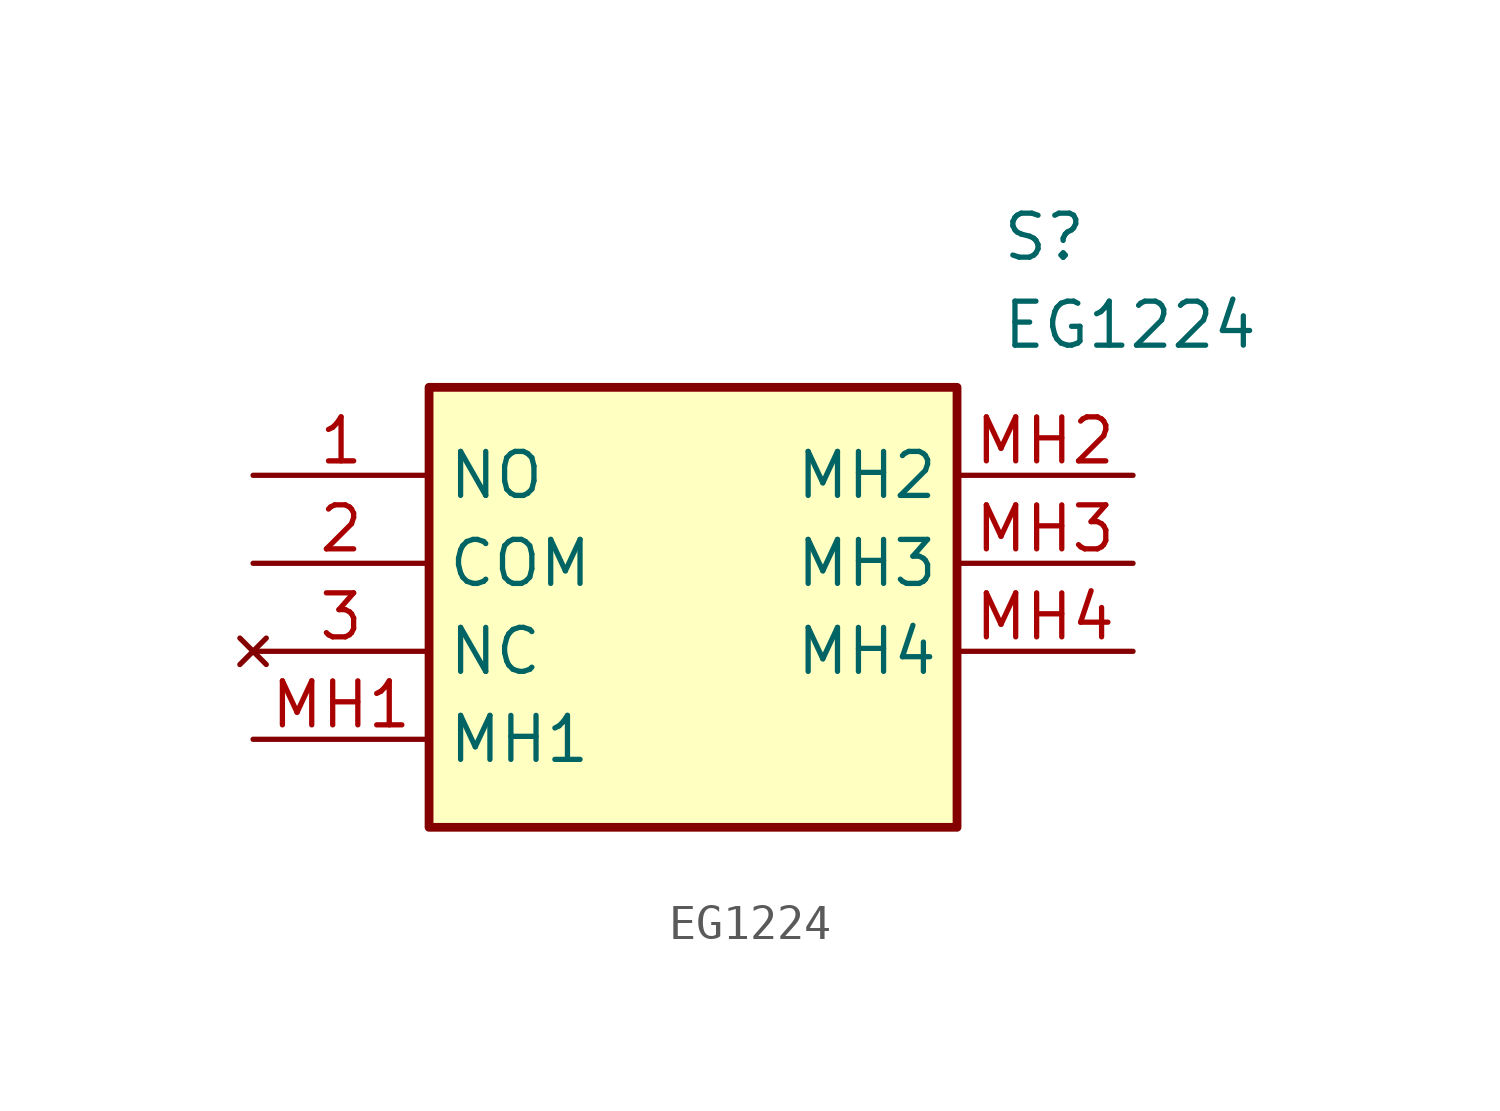
<source format=kicad_sym>
(kicad_symbol_lib
  (version 20211014)
  (generator SamacSys_ECAD_Model)
  (symbol "EG1224"
    (property "Reference" "S"
      (at 21.59 7.62 0)
      (effects (font (size 1.27 1.27)) (justify left top)))
    (property "Value" "EG1224"
      (at 21.59 5.08 0)
      (effects (font (size 1.27 1.27)) (justify left top)))
    (rectangle
      (start 5.08 2.54)
      (end 20.32 -10.16)
      (stroke (width 0.254) (type default))
      (fill (type background)))
    (pin passive line
      (at 0 0 0)
      (length 5.08)
      (name "NO" (effects (font (size 1.27 1.27))))
      (number "1" (effects (font (size 1.27 1.27)))))
    (pin passive line
      (at 0 -2.54 0)
      (length 5.08)
      (name "COM" (effects (font (size 1.27 1.27))))
      (number "2" (effects (font (size 1.27 1.27)))))
    (pin no_connect line
      (at 0 -5.08 0)
      (length 5.08)
      (name "NC" (effects (font (size 1.27 1.27))))
      (number "3" (effects (font (size 1.27 1.27)))))
    (pin passive line
      (at 0 -7.62 0)
      (length 5.08)
      (name "MH1" (effects (font (size 1.27 1.27))))
      (number "MH1" (effects (font (size 1.27 1.27)))))
    (pin passive line
      (at 25.4 0 180)
      (length 5.08)
      (name "MH2" (effects (font (size 1.27 1.27))))
      (number "MH2" (effects (font (size 1.27 1.27)))))
    (pin passive line
      (at 25.4 -2.54 180)
      (length 5.08)
      (name "MH3" (effects (font (size 1.27 1.27))))
      (number "MH3" (effects (font (size 1.27 1.27)))))
    (pin passive line
      (at 25.4 -5.08 180)
      (length 5.08)
      (name "MH4" (effects (font (size 1.27 1.27))))
      (number "MH4" (effects (font (size 1.27 1.27)))))))
</source>
